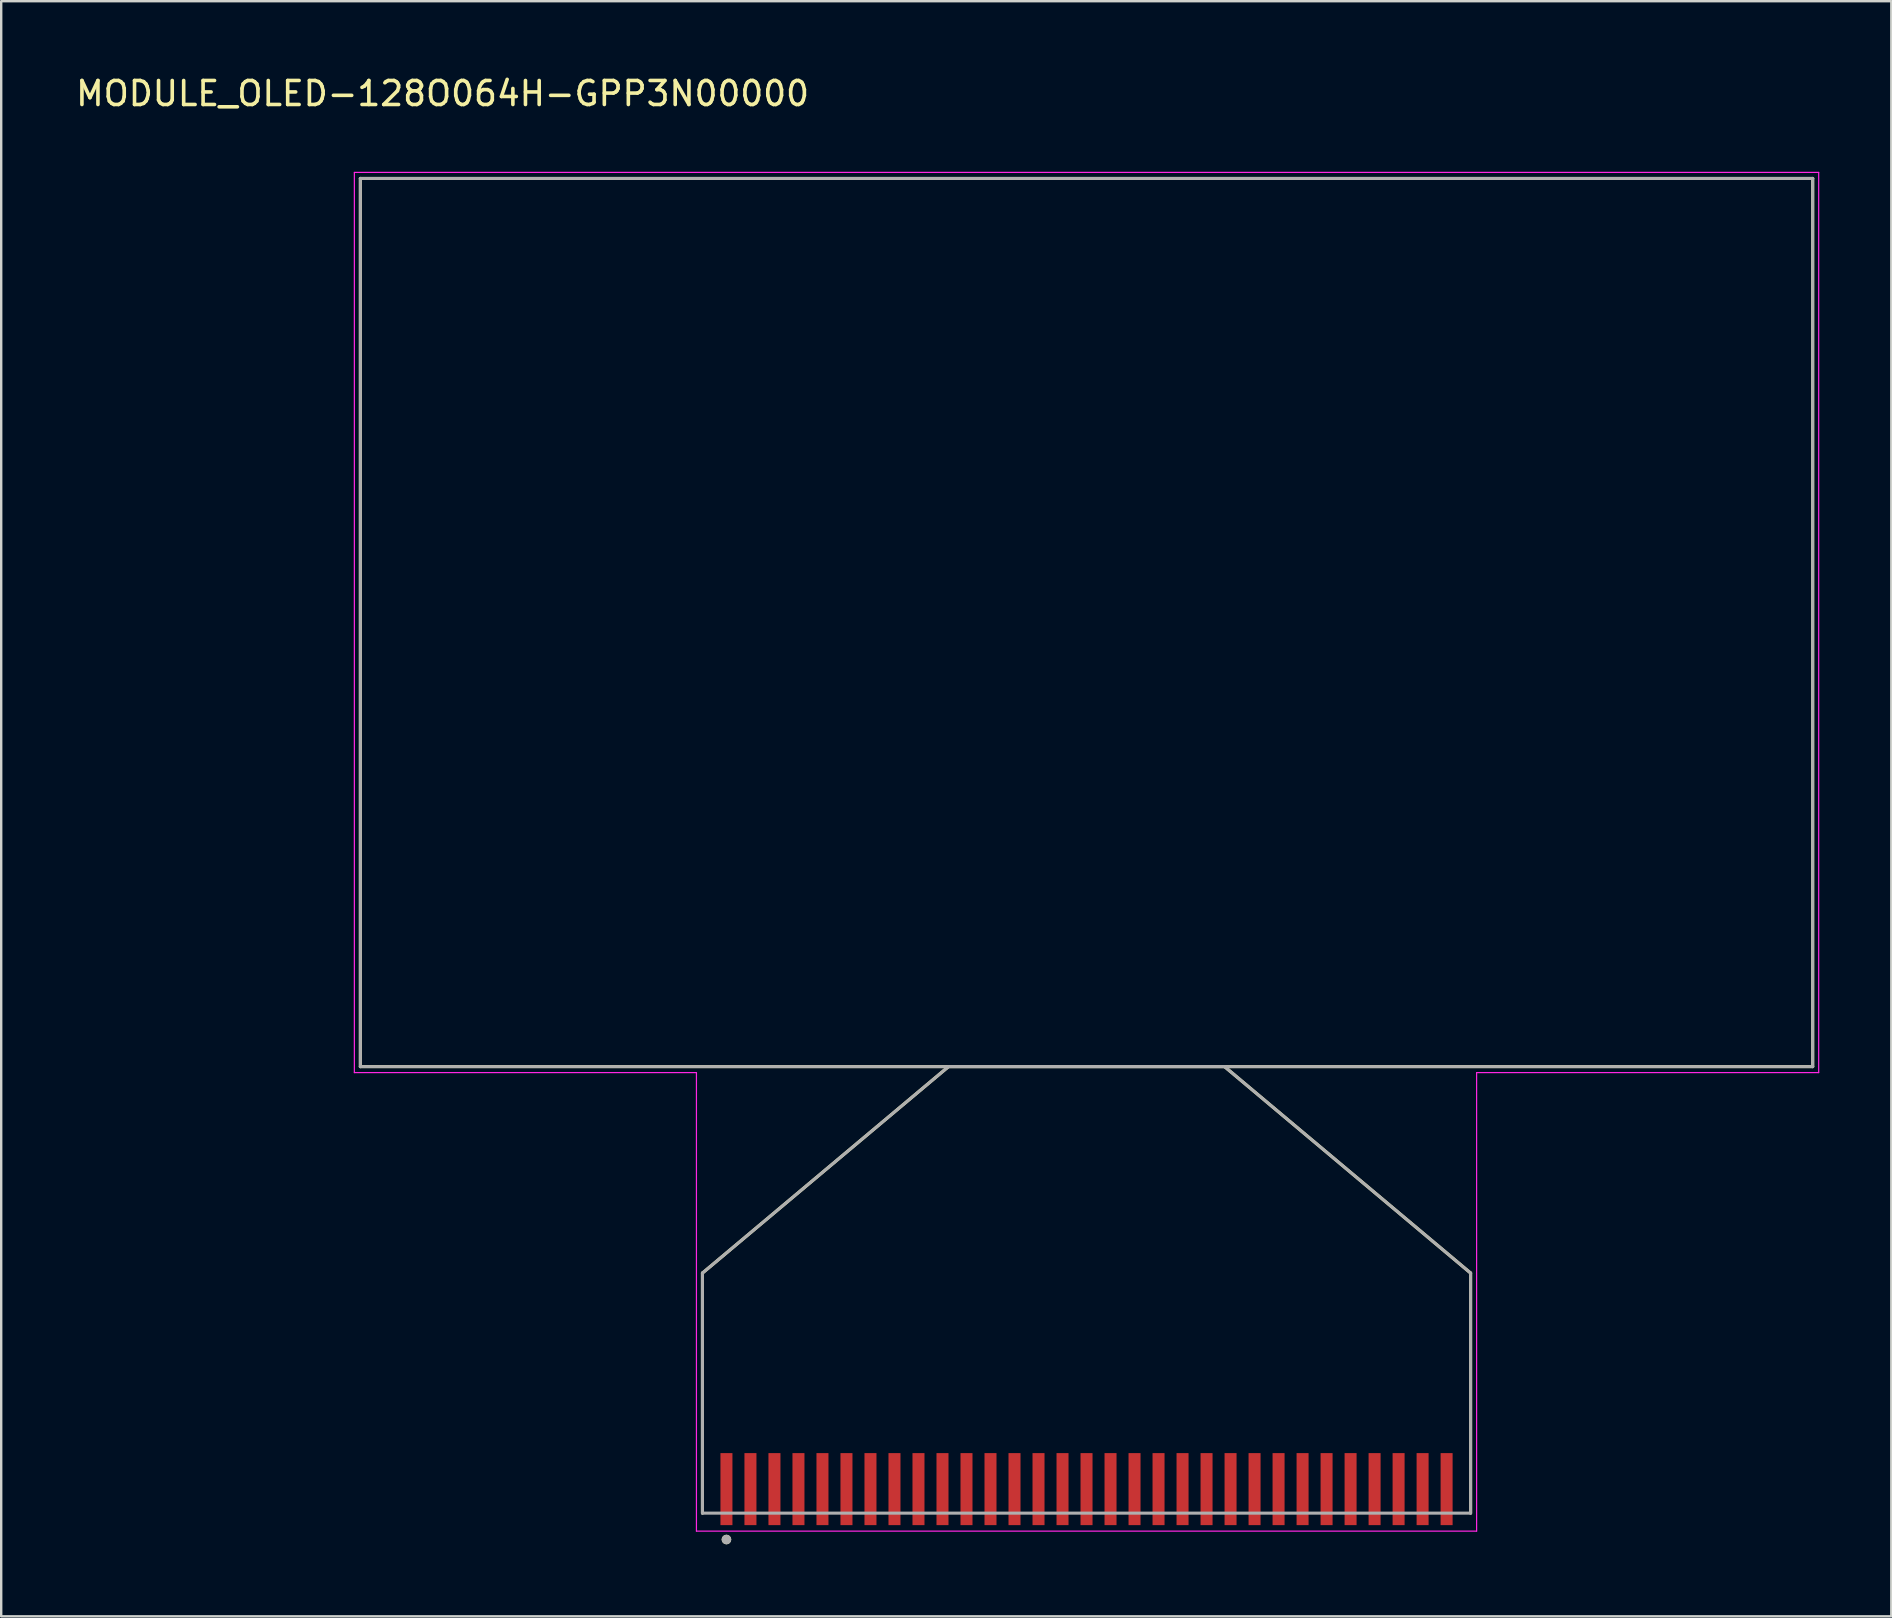
<source format=kicad_pcb>
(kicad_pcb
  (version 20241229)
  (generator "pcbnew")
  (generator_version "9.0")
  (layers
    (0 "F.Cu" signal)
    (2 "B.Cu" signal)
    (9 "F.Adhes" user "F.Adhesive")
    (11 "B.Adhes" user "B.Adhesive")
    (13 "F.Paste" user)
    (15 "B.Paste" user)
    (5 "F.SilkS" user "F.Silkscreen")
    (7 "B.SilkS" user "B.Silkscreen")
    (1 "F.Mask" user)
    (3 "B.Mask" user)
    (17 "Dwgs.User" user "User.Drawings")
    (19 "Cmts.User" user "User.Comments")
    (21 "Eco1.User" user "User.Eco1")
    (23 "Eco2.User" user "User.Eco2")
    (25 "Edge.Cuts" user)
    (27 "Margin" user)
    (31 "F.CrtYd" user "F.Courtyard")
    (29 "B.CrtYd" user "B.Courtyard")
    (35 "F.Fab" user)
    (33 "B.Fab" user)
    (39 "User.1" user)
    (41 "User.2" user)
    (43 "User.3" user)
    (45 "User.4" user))
  (footprint "MODULE_OLED-128O064H-GPP3N00000"
    (layer "F.Cu")
    (at 42.212 58.983)
    (property "Reference" "MODULE_OLED-128O064H-GPP3N00000" (at -26.825 -58.135 0) (layer "F.SilkS") (effects (font (size 1 1) (thickness 0.15))))
    (attr smd)
    (fp_line (start -30.25 -54.6) (end 30.25 -54.6) (stroke (width 0.127) (type solid)) (layer "F.SilkS"))
    (fp_line (start -30.25 -17.6) (end -30.25 -54.6) (stroke (width 0.127) (type solid)) (layer "F.SilkS"))
    (fp_line (start -16 -9) (end -5.75 -17.6) (stroke (width 0.127) (type solid)) (layer "F.SilkS"))
    (fp_line (start -16 1) (end -16 -9) (stroke (width 0.127) (type solid)) (layer "F.SilkS"))
    (fp_line (start -5.75 -17.6) (end -30.25 -17.6) (stroke (width 0.127) (type solid)) (layer "F.SilkS"))
    (fp_line (start 5.75 -17.6) (end -5.75 -17.6) (stroke (width 0.127) (type solid)) (layer "F.SilkS"))
    (fp_line (start 5.75 -17.6) (end 16 -9) (stroke (width 0.127) (type solid)) (layer "F.SilkS"))
    (fp_line (start 16 -9) (end 16 1) (stroke (width 0.127) (type solid)) (layer "F.SilkS"))
    (fp_line (start 30.25 -54.6) (end 30.25 -17.6) (stroke (width 0.127) (type solid)) (layer "F.SilkS"))
    (fp_line (start 30.25 -17.6) (end 5.75 -17.6) (stroke (width 0.127) (type solid)) (layer "F.SilkS"))
    (fp_circle (center -15 2.1) (end -14.9 2.1) (stroke (width 0.2) (type solid)) (fill no) (layer "F.SilkS"))
    (fp_line (start -30.5 -54.85) (end -30.5 -17.35) (stroke (width 0.05) (type solid)) (layer "F.CrtYd"))
    (fp_line (start -30.5 -17.35) (end -16.25 -17.35) (stroke (width 0.05) (type solid)) (layer "F.CrtYd"))
    (fp_line (start -16.25 -17.35) (end -16.25 1.75) (stroke (width 0.05) (type solid)) (layer "F.CrtYd"))
    (fp_line (start -16.25 1.75) (end 16.25 1.75) (stroke (width 0.05) (type solid)) (layer "F.CrtYd"))
    (fp_line (start 16.25 -17.35) (end 30.5 -17.35) (stroke (width 0.05) (type solid)) (layer "F.CrtYd"))
    (fp_line (start 16.25 1.75) (end 16.25 -17.35) (stroke (width 0.05) (type solid)) (layer "F.CrtYd"))
    (fp_line (start 30.5 -54.85) (end -30.5 -54.85) (stroke (width 0.05) (type solid)) (layer "F.CrtYd"))
    (fp_line (start 30.5 -17.35) (end 30.5 -54.85) (stroke (width 0.05) (type solid)) (layer "F.CrtYd"))
    (fp_line (start -30.25 -54.6) (end 30.25 -54.6) (stroke (width 0.127) (type solid)) (layer "F.Fab"))
    (fp_line (start -30.25 -17.6) (end -30.25 -54.6) (stroke (width 0.127) (type solid)) (layer "F.Fab"))
    (fp_line (start -16 -9) (end -16 1) (stroke (width 0.127) (type solid)) (layer "F.Fab"))
    (fp_line (start -16 1) (end 16 1) (stroke (width 0.127) (type solid)) (layer "F.Fab"))
    (fp_line (start -5.75 -17.6) (end -30.25 -17.6) (stroke (width 0.127) (type solid)) (layer "F.Fab"))
    (fp_line (start -5.75 -17.6) (end -16 -9) (stroke (width 0.127) (type solid)) (layer "F.Fab"))
    (fp_line (start 5.75 -17.6) (end -5.75 -17.6) (stroke (width 0.127) (type solid)) (layer "F.Fab"))
    (fp_line (start 5.75 -17.6) (end -5.75 -17.6) (stroke (width 0.127) (type solid)) (layer "F.Fab"))
    (fp_line (start 16 -9) (end 5.75 -17.6) (stroke (width 0.127) (type solid)) (layer "F.Fab"))
    (fp_line (start 16 1) (end 16 -9) (stroke (width 0.127) (type solid)) (layer "F.Fab"))
    (fp_line (start 30.25 -54.6) (end 30.25 -17.6) (stroke (width 0.127) (type solid)) (layer "F.Fab"))
    (fp_line (start 30.25 -17.6) (end 5.75 -17.6) (stroke (width 0.127) (type solid)) (layer "F.Fab"))
    (fp_circle (center -15 2.1) (end -14.9 2.1) (stroke (width 0.2) (type solid)) (fill no) (layer "F.Fab"))
    (pad "1" smd rect (at -15 0) (size 0.5 3) (layers "F.Cu" "F.Mask" "F.Paste"))
    (pad "2" smd rect (at -14 0) (size 0.5 3) (layers "F.Cu" "F.Mask" "F.Paste"))
    (pad "3" smd rect (at -13 0) (size 0.5 3) (layers "F.Cu" "F.Mask" "F.Paste"))
    (pad "4" smd rect (at -12 0) (size 0.5 3) (layers "F.Cu" "F.Mask" "F.Paste"))
    (pad "5" smd rect (at -11 0) (size 0.5 3) (layers "F.Cu" "F.Mask" "F.Paste"))
    (pad "6" smd rect (at -10 0) (size 0.5 3) (layers "F.Cu" "F.Mask" "F.Paste"))
    (pad "7" smd rect (at -9 0) (size 0.5 3) (layers "F.Cu" "F.Mask" "F.Paste"))
    (pad "8" smd rect (at -8 0) (size 0.5 3) (layers "F.Cu" "F.Mask" "F.Paste"))
    (pad "9" smd rect (at -7 0) (size 0.5 3) (layers "F.Cu" "F.Mask" "F.Paste"))
    (pad "10" smd rect (at -6 0) (size 0.5 3) (layers "F.Cu" "F.Mask" "F.Paste"))
    (pad "11" smd rect (at -5 0) (size 0.5 3) (layers "F.Cu" "F.Mask" "F.Paste"))
    (pad "12" smd rect (at -4 0) (size 0.5 3) (layers "F.Cu" "F.Mask" "F.Paste"))
    (pad "13" smd rect (at -3 0) (size 0.5 3) (layers "F.Cu" "F.Mask" "F.Paste"))
    (pad "14" smd rect (at -2 0) (size 0.5 3) (layers "F.Cu" "F.Mask" "F.Paste"))
    (pad "15" smd rect (at -1 0) (size 0.5 3) (layers "F.Cu" "F.Mask" "F.Paste"))
    (pad "16" smd rect (at 0 0) (size 0.5 3) (layers "F.Cu" "F.Mask" "F.Paste"))
    (pad "17" smd rect (at 1 0) (size 0.5 3) (layers "F.Cu" "F.Mask" "F.Paste"))
    (pad "18" smd rect (at 2 0) (size 0.5 3) (layers "F.Cu" "F.Mask" "F.Paste"))
    (pad "19" smd rect (at 3 0) (size 0.5 3) (layers "F.Cu" "F.Mask" "F.Paste"))
    (pad "20" smd rect (at 4 0) (size 0.5 3) (layers "F.Cu" "F.Mask" "F.Paste"))
    (pad "21" smd rect (at 5 0) (size 0.5 3) (layers "F.Cu" "F.Mask" "F.Paste"))
    (pad "22" smd rect (at 6 0) (size 0.5 3) (layers "F.Cu" "F.Mask" "F.Paste"))
    (pad "23" smd rect (at 7 0) (size 0.5 3) (layers "F.Cu" "F.Mask" "F.Paste"))
    (pad "24" smd rect (at 8 0) (size 0.5 3) (layers "F.Cu" "F.Mask" "F.Paste"))
    (pad "25" smd rect (at 9 0) (size 0.5 3) (layers "F.Cu" "F.Mask" "F.Paste"))
    (pad "26" smd rect (at 10 0) (size 0.5 3) (layers "F.Cu" "F.Mask" "F.Paste"))
    (pad "27" smd rect (at 11 0) (size 0.5 3) (layers "F.Cu" "F.Mask" "F.Paste"))
    (pad "28" smd rect (at 12 0) (size 0.5 3) (layers "F.Cu" "F.Mask" "F.Paste"))
    (pad "29" smd rect (at 13 0) (size 0.5 3) (layers "F.Cu" "F.Mask" "F.Paste"))
    (pad "30" smd rect (at 14 0) (size 0.5 3) (layers "F.Cu" "F.Mask" "F.Paste"))
    (pad "31" smd rect (at 15 0) (size 0.5 3) (layers "F.Cu" "F.Mask" "F.Paste")))
  (gr_rect
    (start -3 -3)
    (end 75.737 64.283)
    (stroke (width 0.1) (type default))
    (fill no)
    (layer "Edge.Cuts")))
</source>
